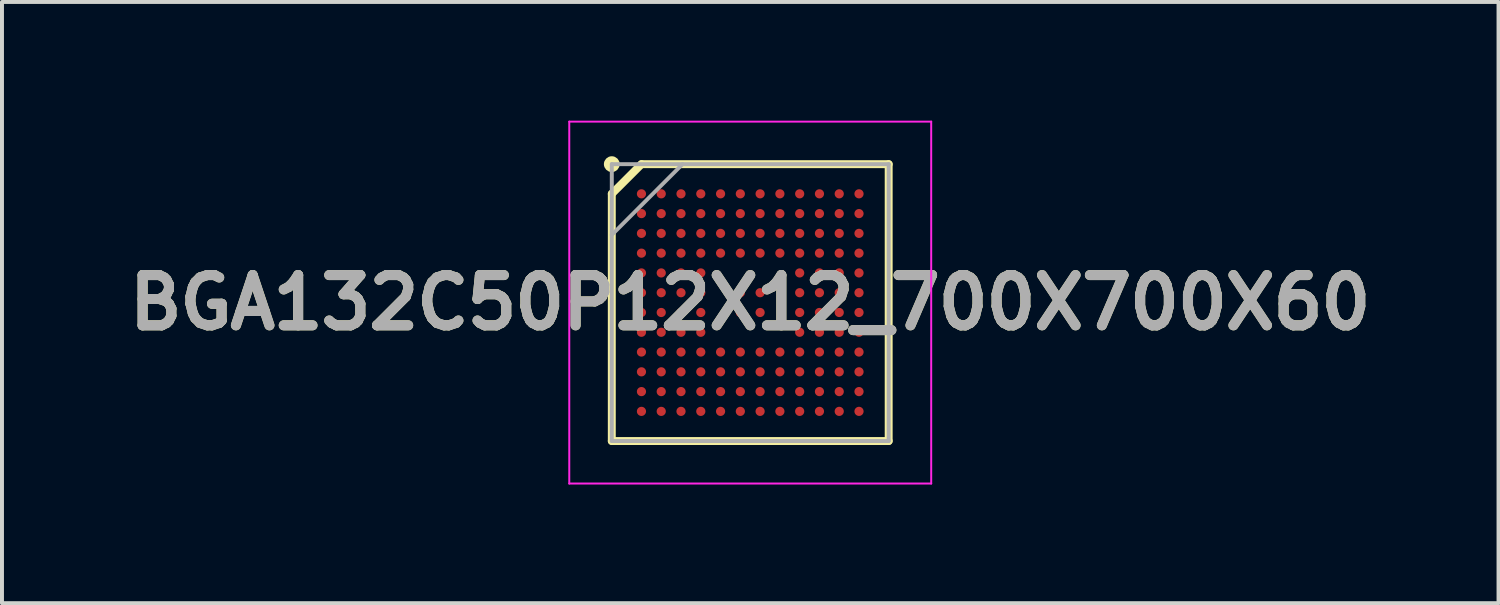
<source format=kicad_pcb>
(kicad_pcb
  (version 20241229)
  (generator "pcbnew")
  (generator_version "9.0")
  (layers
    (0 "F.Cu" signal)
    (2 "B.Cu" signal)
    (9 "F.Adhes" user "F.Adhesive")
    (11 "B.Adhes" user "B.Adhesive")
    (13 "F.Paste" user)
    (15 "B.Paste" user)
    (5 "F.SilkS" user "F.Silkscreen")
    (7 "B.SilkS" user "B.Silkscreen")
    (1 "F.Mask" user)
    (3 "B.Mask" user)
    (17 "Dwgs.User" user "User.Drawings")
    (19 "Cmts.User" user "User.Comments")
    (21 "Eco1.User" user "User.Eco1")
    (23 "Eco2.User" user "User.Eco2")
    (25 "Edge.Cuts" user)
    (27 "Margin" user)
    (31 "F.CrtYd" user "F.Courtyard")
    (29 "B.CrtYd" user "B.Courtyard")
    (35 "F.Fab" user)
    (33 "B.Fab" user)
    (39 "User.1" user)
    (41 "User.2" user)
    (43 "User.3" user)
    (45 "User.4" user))
  (footprint "BGA132C50P12X12_700X700X60"
    (layer "F.Cu")
    (at 15.917 4.6)
    (property "Reference" "BGA132C50P12X12_700X700X60" (at 0 0 0) (layer "F.SilkS") (effects (font (size 1.27 1.27) (thickness 0.254))))
    (attr smd)
    (fp_line (start -3.5 -2.75) (end -2.75 -3.5) (stroke (width 0.2) (type solid)) (layer "F.SilkS"))
    (fp_line (start -3.5 3.5) (end -3.5 -2.75) (stroke (width 0.2) (type solid)) (layer "F.SilkS"))
    (fp_line (start -2.75 -3.5) (end 3.5 -3.5) (stroke (width 0.2) (type solid)) (layer "F.SilkS"))
    (fp_line (start 3.5 -3.5) (end 3.5 3.5) (stroke (width 0.2) (type solid)) (layer "F.SilkS"))
    (fp_line (start 3.5 3.5) (end -3.5 3.5) (stroke (width 0.2) (type solid)) (layer "F.SilkS"))
    (fp_circle (center -3.5 -3.5) (end -3.5 -3.4) (stroke (width 0.2) (type solid)) (fill no) (layer "F.SilkS"))
    (fp_line (start -4.575 -4.575) (end 4.575 -4.575) (stroke (width 0.05) (type solid)) (layer "F.CrtYd"))
    (fp_line (start -4.575 4.575) (end -4.575 -4.575) (stroke (width 0.05) (type solid)) (layer "F.CrtYd"))
    (fp_line (start 4.575 -4.575) (end 4.575 4.575) (stroke (width 0.05) (type solid)) (layer "F.CrtYd"))
    (fp_line (start 4.575 4.575) (end -4.575 4.575) (stroke (width 0.05) (type solid)) (layer "F.CrtYd"))
    (fp_line (start -3.5 -3.5) (end 3.5 -3.5) (stroke (width 0.1) (type solid)) (layer "F.Fab"))
    (fp_line (start -3.5 -1.712) (end -1.712 -3.5) (stroke (width 0.1) (type solid)) (layer "F.Fab"))
    (fp_line (start -3.5 3.5) (end -3.5 -3.5) (stroke (width 0.1) (type solid)) (layer "F.Fab"))
    (fp_line (start 3.5 -3.5) (end 3.5 3.5) (stroke (width 0.1) (type solid)) (layer "F.Fab"))
    (fp_line (start 3.5 3.5) (end -3.5 3.5) (stroke (width 0.1) (type solid)) (layer "F.Fab"))
    (fp_text user "${REFERENCE}" (at 0 0 0) (layer "F.Fab") (effects (font (size 1.27 1.27) (thickness 0.254))))
    (pad "A1" smd circle (at -2.75 -2.75 90) (size 0.232 0.232) (layers "F.Cu" "F.Mask" "F.Paste"))
    (pad "A2" smd circle (at -2.25 -2.75 90) (size 0.232 0.232) (layers "F.Cu" "F.Mask" "F.Paste"))
    (pad "A3" smd circle (at -1.75 -2.75 90) (size 0.232 0.232) (layers "F.Cu" "F.Mask" "F.Paste"))
    (pad "A4" smd circle (at -1.25 -2.75 90) (size 0.232 0.232) (layers "F.Cu" "F.Mask" "F.Paste"))
    (pad "A5" smd circle (at -0.75 -2.75 90) (size 0.232 0.232) (layers "F.Cu" "F.Mask" "F.Paste"))
    (pad "A6" smd circle (at -0.25 -2.75 90) (size 0.232 0.232) (layers "F.Cu" "F.Mask" "F.Paste"))
    (pad "A7" smd circle (at 0.25 -2.75 90) (size 0.232 0.232) (layers "F.Cu" "F.Mask" "F.Paste"))
    (pad "A8" smd circle (at 0.75 -2.75 90) (size 0.232 0.232) (layers "F.Cu" "F.Mask" "F.Paste"))
    (pad "A9" smd circle (at 1.25 -2.75 90) (size 0.232 0.232) (layers "F.Cu" "F.Mask" "F.Paste"))
    (pad "A10" smd circle (at 1.75 -2.75 90) (size 0.232 0.232) (layers "F.Cu" "F.Mask" "F.Paste"))
    (pad "A11" smd circle (at 2.25 -2.75 90) (size 0.232 0.232) (layers "F.Cu" "F.Mask" "F.Paste"))
    (pad "A12" smd circle (at 2.75 -2.75 90) (size 0.232 0.232) (layers "F.Cu" "F.Mask" "F.Paste"))
    (pad "B1" smd circle (at -2.75 -2.25 90) (size 0.232 0.232) (layers "F.Cu" "F.Mask" "F.Paste"))
    (pad "B2" smd circle (at -2.25 -2.25 90) (size 0.232 0.232) (layers "F.Cu" "F.Mask" "F.Paste"))
    (pad "B3" smd circle (at -1.75 -2.25 90) (size 0.232 0.232) (layers "F.Cu" "F.Mask" "F.Paste"))
    (pad "B4" smd circle (at -1.25 -2.25 90) (size 0.232 0.232) (layers "F.Cu" "F.Mask" "F.Paste"))
    (pad "B5" smd circle (at -0.75 -2.25 90) (size 0.232 0.232) (layers "F.Cu" "F.Mask" "F.Paste"))
    (pad "B6" smd circle (at -0.25 -2.25 90) (size 0.232 0.232) (layers "F.Cu" "F.Mask" "F.Paste"))
    (pad "B7" smd circle (at 0.25 -2.25 90) (size 0.232 0.232) (layers "F.Cu" "F.Mask" "F.Paste"))
    (pad "B8" smd circle (at 0.75 -2.25 90) (size 0.232 0.232) (layers "F.Cu" "F.Mask" "F.Paste"))
    (pad "B9" smd circle (at 1.25 -2.25 90) (size 0.232 0.232) (layers "F.Cu" "F.Mask" "F.Paste"))
    (pad "B10" smd circle (at 1.75 -2.25 90) (size 0.232 0.232) (layers "F.Cu" "F.Mask" "F.Paste"))
    (pad "B11" smd circle (at 2.25 -2.25 90) (size 0.232 0.232) (layers "F.Cu" "F.Mask" "F.Paste"))
    (pad "B12" smd circle (at 2.75 -2.25 90) (size 0.232 0.232) (layers "F.Cu" "F.Mask" "F.Paste"))
    (pad "C1" smd circle (at -2.75 -1.75 90) (size 0.232 0.232) (layers "F.Cu" "F.Mask" "F.Paste"))
    (pad "C2" smd circle (at -2.25 -1.75 90) (size 0.232 0.232) (layers "F.Cu" "F.Mask" "F.Paste"))
    (pad "C3" smd circle (at -1.75 -1.75 90) (size 0.232 0.232) (layers "F.Cu" "F.Mask" "F.Paste"))
    (pad "C4" smd circle (at -1.25 -1.75 90) (size 0.232 0.232) (layers "F.Cu" "F.Mask" "F.Paste"))
    (pad "C5" smd circle (at -0.75 -1.75 90) (size 0.232 0.232) (layers "F.Cu" "F.Mask" "F.Paste"))
    (pad "C6" smd circle (at -0.25 -1.75 90) (size 0.232 0.232) (layers "F.Cu" "F.Mask" "F.Paste"))
    (pad "C7" smd circle (at 0.25 -1.75 90) (size 0.232 0.232) (layers "F.Cu" "F.Mask" "F.Paste"))
    (pad "C8" smd circle (at 0.75 -1.75 90) (size 0.232 0.232) (layers "F.Cu" "F.Mask" "F.Paste"))
    (pad "C9" smd circle (at 1.25 -1.75 90) (size 0.232 0.232) (layers "F.Cu" "F.Mask" "F.Paste"))
    (pad "C10" smd circle (at 1.75 -1.75 90) (size 0.232 0.232) (layers "F.Cu" "F.Mask" "F.Paste"))
    (pad "C11" smd circle (at 2.25 -1.75 90) (size 0.232 0.232) (layers "F.Cu" "F.Mask" "F.Paste"))
    (pad "C12" smd circle (at 2.75 -1.75 90) (size 0.232 0.232) (layers "F.Cu" "F.Mask" "F.Paste"))
    (pad "D1" smd circle (at -2.75 -1.25 90) (size 0.232 0.232) (layers "F.Cu" "F.Mask" "F.Paste"))
    (pad "D2" smd circle (at -2.25 -1.25 90) (size 0.232 0.232) (layers "F.Cu" "F.Mask" "F.Paste"))
    (pad "D3" smd circle (at -1.75 -1.25 90) (size 0.232 0.232) (layers "F.Cu" "F.Mask" "F.Paste"))
    (pad "D4" smd circle (at -1.25 -1.25 90) (size 0.232 0.232) (layers "F.Cu" "F.Mask" "F.Paste"))
    (pad "D5" smd circle (at -0.75 -1.25 90) (size 0.232 0.232) (layers "F.Cu" "F.Mask" "F.Paste"))
    (pad "D6" smd circle (at -0.25 -1.25 90) (size 0.232 0.232) (layers "F.Cu" "F.Mask" "F.Paste"))
    (pad "D7" smd circle (at 0.25 -1.25 90) (size 0.232 0.232) (layers "F.Cu" "F.Mask" "F.Paste"))
    (pad "D8" smd circle (at 0.75 -1.25 90) (size 0.232 0.232) (layers "F.Cu" "F.Mask" "F.Paste"))
    (pad "D9" smd circle (at 1.25 -1.25 90) (size 0.232 0.232) (layers "F.Cu" "F.Mask" "F.Paste"))
    (pad "D10" smd circle (at 1.75 -1.25 90) (size 0.232 0.232) (layers "F.Cu" "F.Mask" "F.Paste"))
    (pad "D11" smd circle (at 2.25 -1.25 90) (size 0.232 0.232) (layers "F.Cu" "F.Mask" "F.Paste"))
    (pad "D12" smd circle (at 2.75 -1.25 90) (size 0.232 0.232) (layers "F.Cu" "F.Mask" "F.Paste"))
    (pad "E1" smd circle (at -2.75 -0.75 90) (size 0.232 0.232) (layers "F.Cu" "F.Mask" "F.Paste"))
    (pad "E2" smd circle (at -2.25 -0.75 90) (size 0.232 0.232) (layers "F.Cu" "F.Mask" "F.Paste"))
    (pad "E3" smd circle (at -1.75 -0.75 90) (size 0.232 0.232) (layers "F.Cu" "F.Mask" "F.Paste"))
    (pad "E4" smd circle (at -1.25 -0.75 90) (size 0.232 0.232) (layers "F.Cu" "F.Mask" "F.Paste"))
    (pad "E9" smd circle (at 1.25 -0.75 90) (size 0.232 0.232) (layers "F.Cu" "F.Mask" "F.Paste"))
    (pad "E10" smd circle (at 1.75 -0.75 90) (size 0.232 0.232) (layers "F.Cu" "F.Mask" "F.Paste"))
    (pad "E11" smd circle (at 2.25 -0.75 90) (size 0.232 0.232) (layers "F.Cu" "F.Mask" "F.Paste"))
    (pad "E12" smd circle (at 2.75 -0.75 90) (size 0.232 0.232) (layers "F.Cu" "F.Mask" "F.Paste"))
    (pad "F1" smd circle (at -2.75 -0.25 90) (size 0.232 0.232) (layers "F.Cu" "F.Mask" "F.Paste"))
    (pad "F2" smd circle (at -2.25 -0.25 90) (size 0.232 0.232) (layers "F.Cu" "F.Mask" "F.Paste"))
    (pad "F3" smd circle (at -1.75 -0.25 90) (size 0.232 0.232) (layers "F.Cu" "F.Mask" "F.Paste"))
    (pad "F4" smd circle (at -1.25 -0.25 90) (size 0.232 0.232) (layers "F.Cu" "F.Mask" "F.Paste"))
    (pad "F6" smd circle (at -0.25 -0.25 90) (size 0.232 0.232) (layers "F.Cu" "F.Mask" "F.Paste"))
    (pad "F7" smd circle (at 0.25 -0.25 90) (size 0.232 0.232) (layers "F.Cu" "F.Mask" "F.Paste"))
    (pad "F9" smd circle (at 1.25 -0.25 90) (size 0.232 0.232) (layers "F.Cu" "F.Mask" "F.Paste"))
    (pad "F10" smd circle (at 1.75 -0.25 90) (size 0.232 0.232) (layers "F.Cu" "F.Mask" "F.Paste"))
    (pad "F11" smd circle (at 2.25 -0.25 90) (size 0.232 0.232) (layers "F.Cu" "F.Mask" "F.Paste"))
    (pad "F12" smd circle (at 2.75 -0.25 90) (size 0.232 0.232) (layers "F.Cu" "F.Mask" "F.Paste"))
    (pad "G1" smd circle (at -2.75 0.25 90) (size 0.232 0.232) (layers "F.Cu" "F.Mask" "F.Paste"))
    (pad "G2" smd circle (at -2.25 0.25 90) (size 0.232 0.232) (layers "F.Cu" "F.Mask" "F.Paste"))
    (pad "G3" smd circle (at -1.75 0.25 90) (size 0.232 0.232) (layers "F.Cu" "F.Mask" "F.Paste"))
    (pad "G4" smd circle (at -1.25 0.25 90) (size 0.232 0.232) (layers "F.Cu" "F.Mask" "F.Paste"))
    (pad "G6" smd circle (at -0.25 0.25 90) (size 0.232 0.232) (layers "F.Cu" "F.Mask" "F.Paste"))
    (pad "G7" smd circle (at 0.25 0.25 90) (size 0.232 0.232) (layers "F.Cu" "F.Mask" "F.Paste"))
    (pad "G9" smd circle (at 1.25 0.25 90) (size 0.232 0.232) (layers "F.Cu" "F.Mask" "F.Paste"))
    (pad "G10" smd circle (at 1.75 0.25 90) (size 0.232 0.232) (layers "F.Cu" "F.Mask" "F.Paste"))
    (pad "G11" smd circle (at 2.25 0.25 90) (size 0.232 0.232) (layers "F.Cu" "F.Mask" "F.Paste"))
    (pad "G12" smd circle (at 2.75 0.25 90) (size 0.232 0.232) (layers "F.Cu" "F.Mask" "F.Paste"))
    (pad "H1" smd circle (at -2.75 0.75 90) (size 0.232 0.232) (layers "F.Cu" "F.Mask" "F.Paste"))
    (pad "H2" smd circle (at -2.25 0.75 90) (size 0.232 0.232) (layers "F.Cu" "F.Mask" "F.Paste"))
    (pad "H3" smd circle (at -1.75 0.75 90) (size 0.232 0.232) (layers "F.Cu" "F.Mask" "F.Paste"))
    (pad "H4" smd circle (at -1.25 0.75 90) (size 0.232 0.232) (layers "F.Cu" "F.Mask" "F.Paste"))
    (pad "H9" smd circle (at 1.25 0.75 90) (size 0.232 0.232) (layers "F.Cu" "F.Mask" "F.Paste"))
    (pad "H10" smd circle (at 1.75 0.75 90) (size 0.232 0.232) (layers "F.Cu" "F.Mask" "F.Paste"))
    (pad "H11" smd circle (at 2.25 0.75 90) (size 0.232 0.232) (layers "F.Cu" "F.Mask" "F.Paste"))
    (pad "H12" smd circle (at 2.75 0.75 90) (size 0.232 0.232) (layers "F.Cu" "F.Mask" "F.Paste"))
    (pad "J1" smd circle (at -2.75 1.25 90) (size 0.232 0.232) (layers "F.Cu" "F.Mask" "F.Paste"))
    (pad "J2" smd circle (at -2.25 1.25 90) (size 0.232 0.232) (layers "F.Cu" "F.Mask" "F.Paste"))
    (pad "J3" smd circle (at -1.75 1.25 90) (size 0.232 0.232) (layers "F.Cu" "F.Mask" "F.Paste"))
    (pad "J4" smd circle (at -1.25 1.25 90) (size 0.232 0.232) (layers "F.Cu" "F.Mask" "F.Paste"))
    (pad "J5" smd circle (at -0.75 1.25 90) (size 0.232 0.232) (layers "F.Cu" "F.Mask" "F.Paste"))
    (pad "J6" smd circle (at -0.25 1.25 90) (size 0.232 0.232) (layers "F.Cu" "F.Mask" "F.Paste"))
    (pad "J7" smd circle (at 0.25 1.25 90) (size 0.232 0.232) (layers "F.Cu" "F.Mask" "F.Paste"))
    (pad "J8" smd circle (at 0.75 1.25 90) (size 0.232 0.232) (layers "F.Cu" "F.Mask" "F.Paste"))
    (pad "J9" smd circle (at 1.25 1.25 90) (size 0.232 0.232) (layers "F.Cu" "F.Mask" "F.Paste"))
    (pad "J10" smd circle (at 1.75 1.25 90) (size 0.232 0.232) (layers "F.Cu" "F.Mask" "F.Paste"))
    (pad "J11" smd circle (at 2.25 1.25 90) (size 0.232 0.232) (layers "F.Cu" "F.Mask" "F.Paste"))
    (pad "J12" smd circle (at 2.75 1.25 90) (size 0.232 0.232) (layers "F.Cu" "F.Mask" "F.Paste"))
    (pad "K1" smd circle (at -2.75 1.75 90) (size 0.232 0.232) (layers "F.Cu" "F.Mask" "F.Paste"))
    (pad "K2" smd circle (at -2.25 1.75 90) (size 0.232 0.232) (layers "F.Cu" "F.Mask" "F.Paste"))
    (pad "K3" smd circle (at -1.75 1.75 90) (size 0.232 0.232) (layers "F.Cu" "F.Mask" "F.Paste"))
    (pad "K4" smd circle (at -1.25 1.75 90) (size 0.232 0.232) (layers "F.Cu" "F.Mask" "F.Paste"))
    (pad "K5" smd circle (at -0.75 1.75 90) (size 0.232 0.232) (layers "F.Cu" "F.Mask" "F.Paste"))
    (pad "K6" smd circle (at -0.25 1.75 90) (size 0.232 0.232) (layers "F.Cu" "F.Mask" "F.Paste"))
    (pad "K7" smd circle (at 0.25 1.75 90) (size 0.232 0.232) (layers "F.Cu" "F.Mask" "F.Paste"))
    (pad "K8" smd circle (at 0.75 1.75 90) (size 0.232 0.232) (layers "F.Cu" "F.Mask" "F.Paste"))
    (pad "K9" smd circle (at 1.25 1.75 90) (size 0.232 0.232) (layers "F.Cu" "F.Mask" "F.Paste"))
    (pad "K10" smd circle (at 1.75 1.75 90) (size 0.232 0.232) (layers "F.Cu" "F.Mask" "F.Paste"))
    (pad "K11" smd circle (at 2.25 1.75 90) (size 0.232 0.232) (layers "F.Cu" "F.Mask" "F.Paste"))
    (pad "K12" smd circle (at 2.75 1.75 90) (size 0.232 0.232) (layers "F.Cu" "F.Mask" "F.Paste"))
    (pad "L1" smd circle (at -2.75 2.25 90) (size 0.232 0.232) (layers "F.Cu" "F.Mask" "F.Paste"))
    (pad "L2" smd circle (at -2.25 2.25 90) (size 0.232 0.232) (layers "F.Cu" "F.Mask" "F.Paste"))
    (pad "L3" smd circle (at -1.75 2.25 90) (size 0.232 0.232) (layers "F.Cu" "F.Mask" "F.Paste"))
    (pad "L4" smd circle (at -1.25 2.25 90) (size 0.232 0.232) (layers "F.Cu" "F.Mask" "F.Paste"))
    (pad "L5" smd circle (at -0.75 2.25 90) (size 0.232 0.232) (layers "F.Cu" "F.Mask" "F.Paste"))
    (pad "L6" smd circle (at -0.25 2.25 90) (size 0.232 0.232) (layers "F.Cu" "F.Mask" "F.Paste"))
    (pad "L7" smd circle (at 0.25 2.25 90) (size 0.232 0.232) (layers "F.Cu" "F.Mask" "F.Paste"))
    (pad "L8" smd circle (at 0.75 2.25 90) (size 0.232 0.232) (layers "F.Cu" "F.Mask" "F.Paste"))
    (pad "L9" smd circle (at 1.25 2.25 90) (size 0.232 0.232) (layers "F.Cu" "F.Mask" "F.Paste"))
    (pad "L10" smd circle (at 1.75 2.25 90) (size 0.232 0.232) (layers "F.Cu" "F.Mask" "F.Paste"))
    (pad "L11" smd circle (at 2.25 2.25 90) (size 0.232 0.232) (layers "F.Cu" "F.Mask" "F.Paste"))
    (pad "L12" smd circle (at 2.75 2.25 90) (size 0.232 0.232) (layers "F.Cu" "F.Mask" "F.Paste"))
    (pad "M1" smd circle (at -2.75 2.75 90) (size 0.232 0.232) (layers "F.Cu" "F.Mask" "F.Paste"))
    (pad "M2" smd circle (at -2.25 2.75 90) (size 0.232 0.232) (layers "F.Cu" "F.Mask" "F.Paste"))
    (pad "M3" smd circle (at -1.75 2.75 90) (size 0.232 0.232) (layers "F.Cu" "F.Mask" "F.Paste"))
    (pad "M4" smd circle (at -1.25 2.75 90) (size 0.232 0.232) (layers "F.Cu" "F.Mask" "F.Paste"))
    (pad "M5" smd circle (at -0.75 2.75 90) (size 0.232 0.232) (layers "F.Cu" "F.Mask" "F.Paste"))
    (pad "M6" smd circle (at -0.25 2.75 90) (size 0.232 0.232) (layers "F.Cu" "F.Mask" "F.Paste"))
    (pad "M7" smd circle (at 0.25 2.75 90) (size 0.232 0.232) (layers "F.Cu" "F.Mask" "F.Paste"))
    (pad "M8" smd circle (at 0.75 2.75 90) (size 0.232 0.232) (layers "F.Cu" "F.Mask" "F.Paste"))
    (pad "M9" smd circle (at 1.25 2.75 90) (size 0.232 0.232) (layers "F.Cu" "F.Mask" "F.Paste"))
    (pad "M10" smd circle (at 1.75 2.75 90) (size 0.232 0.232) (layers "F.Cu" "F.Mask" "F.Paste"))
    (pad "M11" smd circle (at 2.25 2.75 90) (size 0.232 0.232) (layers "F.Cu" "F.Mask" "F.Paste"))
    (pad "M12" smd circle (at 2.75 2.75 90) (size 0.232 0.232) (layers "F.Cu" "F.Mask" "F.Paste")))
  (gr_rect
    (start -3 -3)
    (end 34.835 12.2)
    (stroke (width 0.1) (type default))
    (fill no)
    (layer "Edge.Cuts")))
</source>
